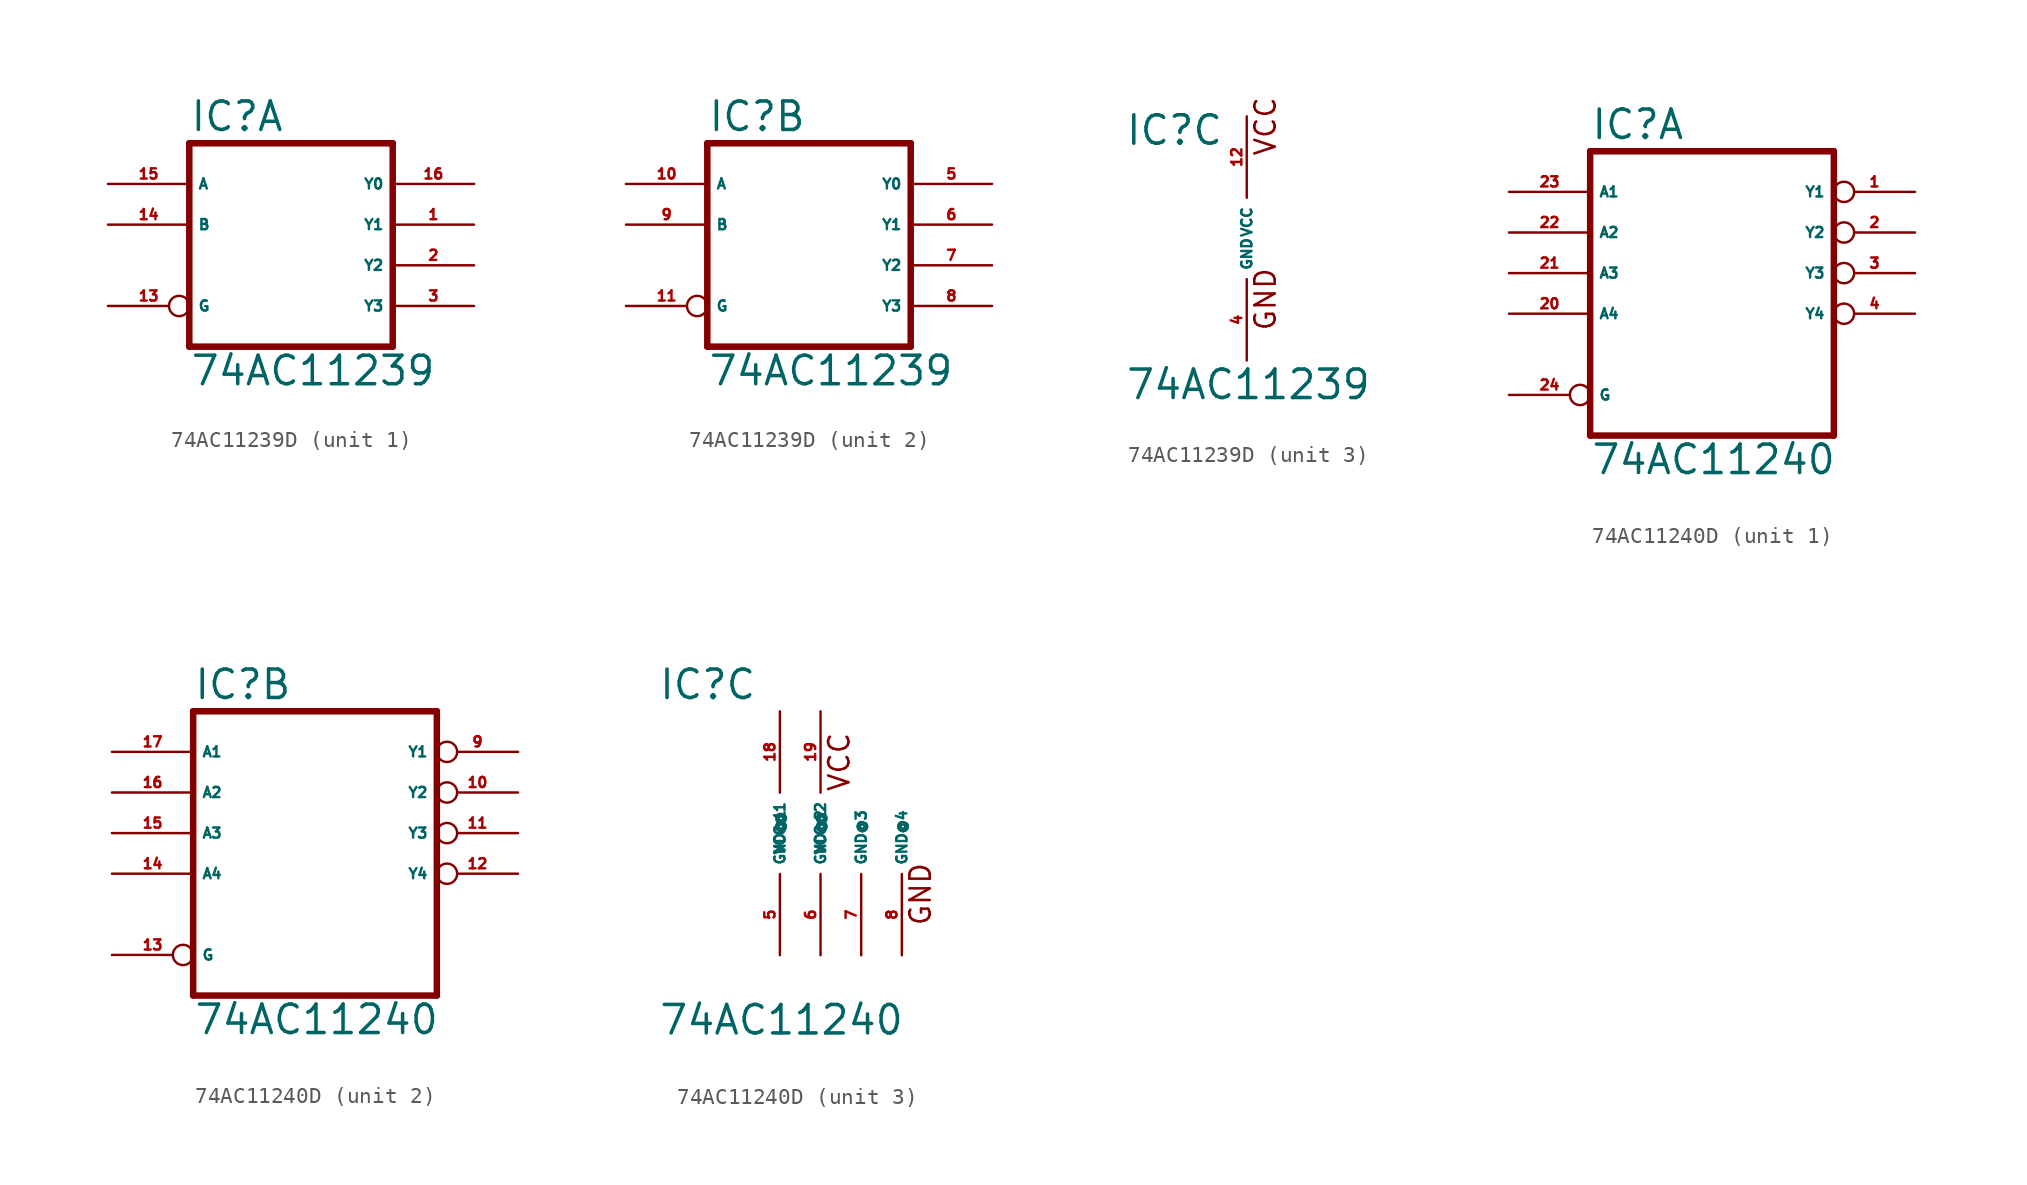
<source format=kicad_sym>
(kicad_symbol_lib
  (version 20220914)
  (generator Eagle2Kicad)
  (symbol "74AC11239D"
    (property "Reference" "IC"
      (at -7.62 5.715 0)
      (effects (font (size 1.778 1.778) (thickness 0.22)) (justify left bottom)))
    (property "Value" "74AC11239"
      (at -7.62 -10.16 0)
      (effects (font (size 1.778 1.778) (thickness 0.22)) (justify left bottom)))
    (symbol "74AC11239D_1_0"
      (polyline (pts (xy -7.62 -7.62) (xy 5.08 -7.62)) (stroke (width 0.406) (type default)) (fill (type none)))
      (polyline (pts (xy 5.08 -7.62) (xy 5.08 5.08)) (stroke (width 0.406) (type default)) (fill (type none)))
      (polyline (pts (xy 5.08 5.08) (xy -7.62 5.08)) (stroke (width 0.406) (type default)) (fill (type none)))
      (polyline (pts (xy -7.62 5.08) (xy -7.62 -7.62)) (stroke (width 0.406) (type default)) (fill (type none)))
      (pin output line (at 10.16 0 180) (length 5.08) (name "Y1" (effects (font (size 0.635 0.635) (thickness 0.08)) (justify left bottom))) (number "1" (effects (font (size 0.635 0.635) (thickness 0.08)) (justify left bottom))))
      (pin output line (at 10.16 -2.54 180) (length 5.08) (name "Y2" (effects (font (size 0.635 0.635) (thickness 0.08)) (justify left bottom))) (number "2" (effects (font (size 0.635 0.635) (thickness 0.08)) (justify left bottom))))
      (pin output line (at 10.16 -5.08 180) (length 5.08) (name "Y3" (effects (font (size 0.635 0.635) (thickness 0.08)) (justify left bottom))) (number "3" (effects (font (size 0.635 0.635) (thickness 0.08)) (justify left bottom))))
      (pin input inverted (at -12.7 -5.08 0) (length 5.08) (name "G" (effects (font (size 0.635 0.635) (thickness 0.08)) (justify left bottom))) (number "13" (effects (font (size 0.635 0.635) (thickness 0.08)) (justify left bottom))))
      (pin input line (at -12.7 0 0) (length 5.08) (name "B" (effects (font (size 0.635 0.635) (thickness 0.08)) (justify left bottom))) (number "14" (effects (font (size 0.635 0.635) (thickness 0.08)) (justify left bottom))))
      (pin input line (at -12.7 2.54 0) (length 5.08) (name "A" (effects (font (size 0.635 0.635) (thickness 0.08)) (justify left bottom))) (number "15" (effects (font (size 0.635 0.635) (thickness 0.08)) (justify left bottom))))
      (pin output line (at 10.16 2.54 180) (length 5.08) (name "Y0" (effects (font (size 0.635 0.635) (thickness 0.08)) (justify left bottom))) (number "16" (effects (font (size 0.635 0.635) (thickness 0.08)) (justify left bottom)))))
    (symbol "74AC11239D_2_0"
      (polyline (pts (xy -7.62 -7.62) (xy 5.08 -7.62)) (stroke (width 0.406) (type default)) (fill (type none)))
      (polyline (pts (xy 5.08 -7.62) (xy 5.08 5.08)) (stroke (width 0.406) (type default)) (fill (type none)))
      (polyline (pts (xy 5.08 5.08) (xy -7.62 5.08)) (stroke (width 0.406) (type default)) (fill (type none)))
      (polyline (pts (xy -7.62 5.08) (xy -7.62 -7.62)) (stroke (width 0.406) (type default)) (fill (type none)))
      (pin output line (at 10.16 0 180) (length 5.08) (name "Y1" (effects (font (size 0.635 0.635) (thickness 0.08)) (justify left bottom))) (number "6" (effects (font (size 0.635 0.635) (thickness 0.08)) (justify left bottom))))
      (pin output line (at 10.16 -2.54 180) (length 5.08) (name "Y2" (effects (font (size 0.635 0.635) (thickness 0.08)) (justify left bottom))) (number "7" (effects (font (size 0.635 0.635) (thickness 0.08)) (justify left bottom))))
      (pin output line (at 10.16 -5.08 180) (length 5.08) (name "Y3" (effects (font (size 0.635 0.635) (thickness 0.08)) (justify left bottom))) (number "8" (effects (font (size 0.635 0.635) (thickness 0.08)) (justify left bottom))))
      (pin input inverted (at -12.7 -5.08 0) (length 5.08) (name "G" (effects (font (size 0.635 0.635) (thickness 0.08)) (justify left bottom))) (number "11" (effects (font (size 0.635 0.635) (thickness 0.08)) (justify left bottom))))
      (pin input line (at -12.7 0 0) (length 5.08) (name "B" (effects (font (size 0.635 0.635) (thickness 0.08)) (justify left bottom))) (number "9" (effects (font (size 0.635 0.635) (thickness 0.08)) (justify left bottom))))
      (pin input line (at -12.7 2.54 0) (length 5.08) (name "A" (effects (font (size 0.635 0.635) (thickness 0.08)) (justify left bottom))) (number "10" (effects (font (size 0.635 0.635) (thickness 0.08)) (justify left bottom))))
      (pin output line (at 10.16 2.54 180) (length 5.08) (name "Y0" (effects (font (size 0.635 0.635) (thickness 0.08)) (justify left bottom))) (number "5" (effects (font (size 0.635 0.635) (thickness 0.08)) (justify left bottom)))))
    (symbol "74AC11239D_3_0"
      (text "GND" (at 1.905 -5.842 900) (effects (font (size 1.27 1.27) (thickness 0.16)) (justify left bottom)))
      (text "VCC" (at 1.905 5.08 900) (effects (font (size 1.27 1.27) (thickness 0.16)) (justify left bottom)))
      (pin unspecified line (at 0 -7.62 90) (length 5.08) (name "GND" (effects (font (size 0.635 0.635) (thickness 0.08)) (justify left bottom))) (number "4" (effects (font (size 0.635 0.635) (thickness 0.08)) (justify left bottom))))
      (pin unspecified line (at 0 7.62 270) (length 5.08) (name "VCC" (effects (font (size 0.635 0.635) (thickness 0.08)) (justify left bottom))) (number "12" (effects (font (size 0.635 0.635) (thickness 0.08)) (justify left bottom))))))
  (symbol "74AC11240D"
    (property "Reference" "IC"
      (at -7.62 8.255 0)
      (effects (font (size 1.778 1.778) (thickness 0.22)) (justify left bottom)))
    (property "Value" "74AC11240"
      (at -7.62 -12.7 0)
      (effects (font (size 1.778 1.778) (thickness 0.22)) (justify left bottom)))
    (symbol "74AC11240D_1_0"
      (polyline (pts (xy -7.62 -10.16) (xy 7.62 -10.16)) (stroke (width 0.406) (type default)) (fill (type none)))
      (polyline (pts (xy 7.62 -10.16) (xy 7.62 7.62)) (stroke (width 0.406) (type default)) (fill (type none)))
      (polyline (pts (xy 7.62 7.62) (xy -7.62 7.62)) (stroke (width 0.406) (type default)) (fill (type none)))
      (polyline (pts (xy -7.62 7.62) (xy -7.62 -10.16)) (stroke (width 0.406) (type default)) (fill (type none)))
      (pin tri_state inverted (at 12.7 5.08 180) (length 5.08) (name "Y1" (effects (font (size 0.635 0.635) (thickness 0.08)) (justify left bottom))) (number "1" (effects (font (size 0.635 0.635) (thickness 0.08)) (justify left bottom))))
      (pin tri_state inverted (at 12.7 2.54 180) (length 5.08) (name "Y2" (effects (font (size 0.635 0.635) (thickness 0.08)) (justify left bottom))) (number "2" (effects (font (size 0.635 0.635) (thickness 0.08)) (justify left bottom))))
      (pin tri_state inverted (at 12.7 0 180) (length 5.08) (name "Y3" (effects (font (size 0.635 0.635) (thickness 0.08)) (justify left bottom))) (number "3" (effects (font (size 0.635 0.635) (thickness 0.08)) (justify left bottom))))
      (pin tri_state inverted (at 12.7 -2.54 180) (length 5.08) (name "Y4" (effects (font (size 0.635 0.635) (thickness 0.08)) (justify left bottom))) (number "4" (effects (font (size 0.635 0.635) (thickness 0.08)) (justify left bottom))))
      (pin input line (at -12.7 -2.54 0) (length 5.08) (name "A4" (effects (font (size 0.635 0.635) (thickness 0.08)) (justify left bottom))) (number "20" (effects (font (size 0.635 0.635) (thickness 0.08)) (justify left bottom))))
      (pin input line (at -12.7 0 0) (length 5.08) (name "A3" (effects (font (size 0.635 0.635) (thickness 0.08)) (justify left bottom))) (number "21" (effects (font (size 0.635 0.635) (thickness 0.08)) (justify left bottom))))
      (pin input line (at -12.7 2.54 0) (length 5.08) (name "A2" (effects (font (size 0.635 0.635) (thickness 0.08)) (justify left bottom))) (number "22" (effects (font (size 0.635 0.635) (thickness 0.08)) (justify left bottom))))
      (pin input line (at -12.7 5.08 0) (length 5.08) (name "A1" (effects (font (size 0.635 0.635) (thickness 0.08)) (justify left bottom))) (number "23" (effects (font (size 0.635 0.635) (thickness 0.08)) (justify left bottom))))
      (pin input inverted (at -12.7 -7.62 0) (length 5.08) (name "G" (effects (font (size 0.635 0.635) (thickness 0.08)) (justify left bottom))) (number "24" (effects (font (size 0.635 0.635) (thickness 0.08)) (justify left bottom)))))
    (symbol "74AC11240D_2_0"
      (polyline (pts (xy -7.62 -10.16) (xy 7.62 -10.16)) (stroke (width 0.406) (type default)) (fill (type none)))
      (polyline (pts (xy 7.62 -10.16) (xy 7.62 7.62)) (stroke (width 0.406) (type default)) (fill (type none)))
      (polyline (pts (xy 7.62 7.62) (xy -7.62 7.62)) (stroke (width 0.406) (type default)) (fill (type none)))
      (polyline (pts (xy -7.62 7.62) (xy -7.62 -10.16)) (stroke (width 0.406) (type default)) (fill (type none)))
      (pin tri_state inverted (at 12.7 5.08 180) (length 5.08) (name "Y1" (effects (font (size 0.635 0.635) (thickness 0.08)) (justify left bottom))) (number "9" (effects (font (size 0.635 0.635) (thickness 0.08)) (justify left bottom))))
      (pin tri_state inverted (at 12.7 2.54 180) (length 5.08) (name "Y2" (effects (font (size 0.635 0.635) (thickness 0.08)) (justify left bottom))) (number "10" (effects (font (size 0.635 0.635) (thickness 0.08)) (justify left bottom))))
      (pin tri_state inverted (at 12.7 0 180) (length 5.08) (name "Y3" (effects (font (size 0.635 0.635) (thickness 0.08)) (justify left bottom))) (number "11" (effects (font (size 0.635 0.635) (thickness 0.08)) (justify left bottom))))
      (pin tri_state inverted (at 12.7 -2.54 180) (length 5.08) (name "Y4" (effects (font (size 0.635 0.635) (thickness 0.08)) (justify left bottom))) (number "12" (effects (font (size 0.635 0.635) (thickness 0.08)) (justify left bottom))))
      (pin input line (at -12.7 -2.54 0) (length 5.08) (name "A4" (effects (font (size 0.635 0.635) (thickness 0.08)) (justify left bottom))) (number "14" (effects (font (size 0.635 0.635) (thickness 0.08)) (justify left bottom))))
      (pin input line (at -12.7 0 0) (length 5.08) (name "A3" (effects (font (size 0.635 0.635) (thickness 0.08)) (justify left bottom))) (number "15" (effects (font (size 0.635 0.635) (thickness 0.08)) (justify left bottom))))
      (pin input line (at -12.7 2.54 0) (length 5.08) (name "A2" (effects (font (size 0.635 0.635) (thickness 0.08)) (justify left bottom))) (number "16" (effects (font (size 0.635 0.635) (thickness 0.08)) (justify left bottom))))
      (pin input line (at -12.7 5.08 0) (length 5.08) (name "A1" (effects (font (size 0.635 0.635) (thickness 0.08)) (justify left bottom))) (number "17" (effects (font (size 0.635 0.635) (thickness 0.08)) (justify left bottom))))
      (pin input inverted (at -12.7 -7.62 0) (length 5.08) (name "G" (effects (font (size 0.635 0.635) (thickness 0.08)) (justify left bottom))) (number "13" (effects (font (size 0.635 0.635) (thickness 0.08)) (justify left bottom)))))
    (symbol "74AC11240D_3_0"
      (text "VCC" (at 4.445 2.54 900) (effects (font (size 1.27 1.27) (thickness 0.16)) (justify left bottom)))
      (text "GND" (at 9.525 -5.842 900) (effects (font (size 1.27 1.27) (thickness 0.16)) (justify left bottom)))
      (pin unspecified line (at 0 -7.62 90) (length 5.08) (name "GND@1" (effects (font (size 0.635 0.635) (thickness 0.08)) (justify left bottom))) (number "5" (effects (font (size 0.635 0.635) (thickness 0.08)) (justify left bottom))))
      (pin unspecified line (at 2.54 -7.62 90) (length 5.08) (name "GND@2" (effects (font (size 0.635 0.635) (thickness 0.08)) (justify left bottom))) (number "6" (effects (font (size 0.635 0.635) (thickness 0.08)) (justify left bottom))))
      (pin unspecified line (at 5.08 -7.62 90) (length 5.08) (name "GND@3" (effects (font (size 0.635 0.635) (thickness 0.08)) (justify left bottom))) (number "7" (effects (font (size 0.635 0.635) (thickness 0.08)) (justify left bottom))))
      (pin unspecified line (at 7.62 -7.62 90) (length 5.08) (name "GND@4" (effects (font (size 0.635 0.635) (thickness 0.08)) (justify left bottom))) (number "8" (effects (font (size 0.635 0.635) (thickness 0.08)) (justify left bottom))))
      (pin unspecified line (at 0 7.62 270) (length 5.08) (name "VCC@1" (effects (font (size 0.635 0.635) (thickness 0.08)) (justify left bottom))) (number "18" (effects (font (size 0.635 0.635) (thickness 0.08)) (justify left bottom))))
      (pin unspecified line (at 2.54 7.62 270) (length 5.08) (name "VCC@2" (effects (font (size 0.635 0.635) (thickness 0.08)) (justify left bottom))) (number "19" (effects (font (size 0.635 0.635) (thickness 0.08)) (justify left bottom)))))))
</source>
